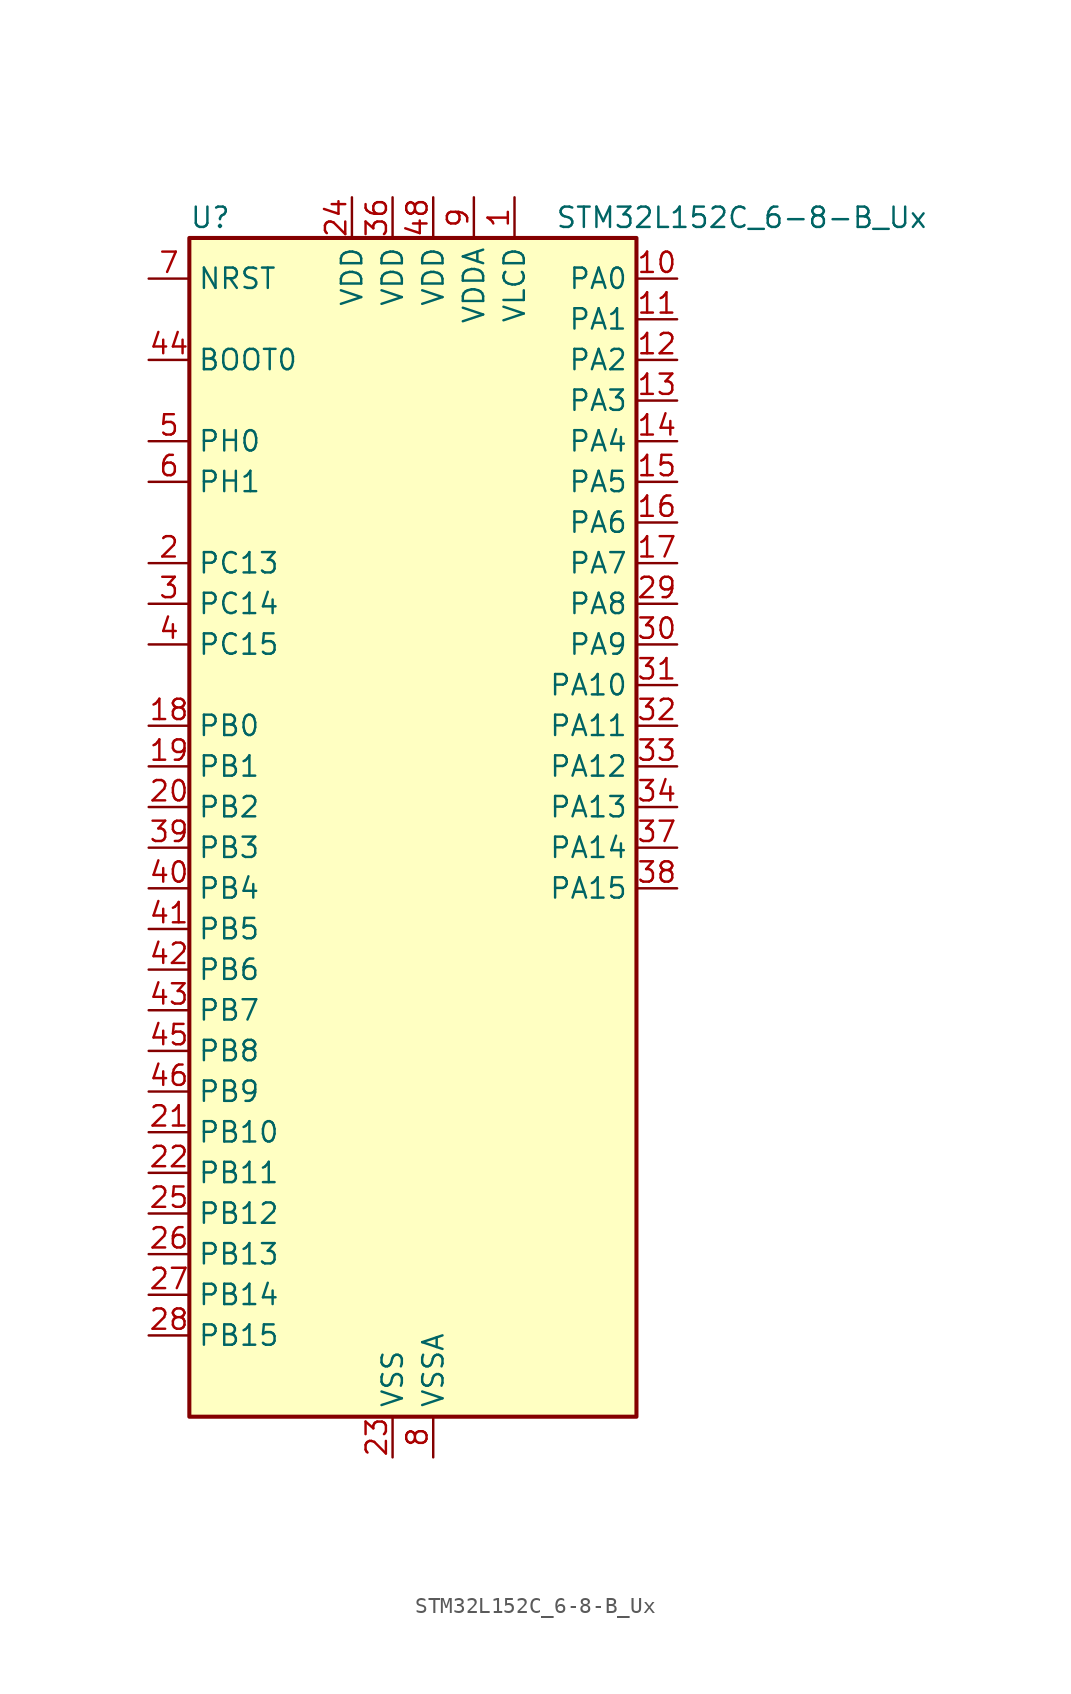
<source format=kicad_sym>
(kicad_symbol_lib
  (version 20231120)
  (generator "kicad_symbol_editor")
  (generator_version "8.0")
  (symbol "STM32L152C_6-8-B_Ux"
    (property "Reference" "U"
      (at -12.7 39.37 0)
      (effects (font (size 1.27 1.27)) (justify left)))
    (property "Value" "STM32L152C_6-8-B_Ux"
      (at 10.16 39.37 0)
      (effects (font (size 1.27 1.27)) (justify left)))
    (property "ki_locked" ""
      (at 0 0 0)
      (effects (font (size 1.27 1.27))))
    (symbol "STM32L152C_6-8-B_Ux_0_1"
      (rectangle (start -12.7 -35.56) (end 15.24 38.1) (stroke (width 0.254) (type default)) (fill (type background))))
    (symbol "STM32L152C_6-8-B_Ux_1_1"
      (pin power_in line (at 7.62 40.64 270) (length 2.54) (name "VLCD" (effects (font (size 1.27 1.27)))) (number "1" (effects (font (size 1.27 1.27)))))
      (pin bidirectional line (at 17.78 35.56 180) (length 2.54) (name "PA0" (effects (font (size 1.27 1.27)))) (number "10" (effects (font (size 1.27 1.27)))) (alternate "ADC_IN0" bidirectional line) (alternate "COMP1_INP" bidirectional line) (alternate "SYS_WKUP1" bidirectional line) (alternate "TIM2_CH1" bidirectional line) (alternate "TIM2_ETR" bidirectional line) (alternate "TIMX_IC1" bidirectional line) (alternate "TS_G1_IO1" bidirectional line) (alternate "USART2_CTS" bidirectional line))
      (pin bidirectional line (at 17.78 33.02 180) (length 2.54) (name "PA1" (effects (font (size 1.27 1.27)))) (number "11" (effects (font (size 1.27 1.27)))) (alternate "ADC_IN1" bidirectional line) (alternate "COMP1_INP" bidirectional line) (alternate "LCD_SEG0" bidirectional line) (alternate "TIM2_CH2" bidirectional line) (alternate "TIMX_IC2" bidirectional line) (alternate "TS_G1_IO2" bidirectional line) (alternate "USART2_RTS" bidirectional line))
      (pin bidirectional line (at 17.78 30.48 180) (length 2.54) (name "PA2" (effects (font (size 1.27 1.27)))) (number "12" (effects (font (size 1.27 1.27)))) (alternate "ADC_IN2" bidirectional line) (alternate "COMP1_INP" bidirectional line) (alternate "LCD_SEG1" bidirectional line) (alternate "TIM2_CH3" bidirectional line) (alternate "TIM9_CH1" bidirectional line) (alternate "TIMX_IC3" bidirectional line) (alternate "TS_G1_IO3" bidirectional line) (alternate "USART2_TX" bidirectional line))
      (pin bidirectional line (at 17.78 27.94 180) (length 2.54) (name "PA3" (effects (font (size 1.27 1.27)))) (number "13" (effects (font (size 1.27 1.27)))) (alternate "ADC_IN3" bidirectional line) (alternate "COMP1_INP" bidirectional line) (alternate "LCD_SEG2" bidirectional line) (alternate "TIM2_CH4" bidirectional line) (alternate "TIM9_CH2" bidirectional line) (alternate "TIMX_IC4" bidirectional line) (alternate "TS_G1_IO4" bidirectional line) (alternate "USART2_RX" bidirectional line))
      (pin bidirectional line (at 17.78 25.4 180) (length 2.54) (name "PA4" (effects (font (size 1.27 1.27)))) (number "14" (effects (font (size 1.27 1.27)))) (alternate "ADC_IN4" bidirectional line) (alternate "COMP1_INP" bidirectional line) (alternate "DAC_OUT1" bidirectional line) (alternate "SPI1_NSS" bidirectional line) (alternate "TIMX_IC1" bidirectional line) (alternate "USART2_CK" bidirectional line))
      (pin bidirectional line (at 17.78 22.86 180) (length 2.54) (name "PA5" (effects (font (size 1.27 1.27)))) (number "15" (effects (font (size 1.27 1.27)))) (alternate "ADC_IN5" bidirectional line) (alternate "COMP1_INP" bidirectional line) (alternate "DAC_OUT2" bidirectional line) (alternate "SPI1_SCK" bidirectional line) (alternate "TIM2_CH1" bidirectional line) (alternate "TIM2_ETR" bidirectional line) (alternate "TIMX_IC2" bidirectional line))
      (pin bidirectional line (at 17.78 20.32 180) (length 2.54) (name "PA6" (effects (font (size 1.27 1.27)))) (number "16" (effects (font (size 1.27 1.27)))) (alternate "ADC_IN6" bidirectional line) (alternate "COMP1_INP" bidirectional line) (alternate "LCD_SEG3" bidirectional line) (alternate "SPI1_MISO" bidirectional line) (alternate "TIM10_CH1" bidirectional line) (alternate "TIM3_CH1" bidirectional line) (alternate "TIMX_IC3" bidirectional line) (alternate "TS_G2_IO1" bidirectional line))
      (pin bidirectional line (at 17.78 17.78 180) (length 2.54) (name "PA7" (effects (font (size 1.27 1.27)))) (number "17" (effects (font (size 1.27 1.27)))) (alternate "ADC_IN7" bidirectional line) (alternate "COMP1_INP" bidirectional line) (alternate "LCD_SEG4" bidirectional line) (alternate "SPI1_MOSI" bidirectional line) (alternate "TIM11_CH1" bidirectional line) (alternate "TIM3_CH2" bidirectional line) (alternate "TIMX_IC4" bidirectional line) (alternate "TS_G2_IO2" bidirectional line))
      (pin bidirectional line (at -15.24 7.62 0) (length 2.54) (name "PB0" (effects (font (size 1.27 1.27)))) (number "18" (effects (font (size 1.27 1.27)))) (alternate "ADC_IN8" bidirectional line) (alternate "COMP1_INP" bidirectional line) (alternate "LCD_SEG5" bidirectional line) (alternate "SYS_V_REF_OUT" bidirectional line) (alternate "TIM3_CH3" bidirectional line) (alternate "TS_G3_IO1" bidirectional line))
      (pin bidirectional line (at -15.24 5.08 0) (length 2.54) (name "PB1" (effects (font (size 1.27 1.27)))) (number "19" (effects (font (size 1.27 1.27)))) (alternate "ADC_IN9" bidirectional line) (alternate "COMP1_INP" bidirectional line) (alternate "LCD_SEG6" bidirectional line) (alternate "SYS_V_REF_OUT" bidirectional line) (alternate "TIM3_CH4" bidirectional line) (alternate "TS_G3_IO2" bidirectional line))
      (pin bidirectional line (at -15.24 17.78 0) (length 2.54) (name "PC13" (effects (font (size 1.27 1.27)))) (number "2" (effects (font (size 1.27 1.27)))) (alternate "RTC_OUT_ALARM" bidirectional line) (alternate "RTC_OUT_CALIB" bidirectional line) (alternate "RTC_TAMP1" bidirectional line) (alternate "RTC_TS" bidirectional line) (alternate "SYS_WKUP2" bidirectional line) (alternate "TIMX_IC2" bidirectional line))
      (pin bidirectional line (at -15.24 2.54 0) (length 2.54) (name "PB2" (effects (font (size 1.27 1.27)))) (number "20" (effects (font (size 1.27 1.27)))))
      (pin bidirectional line (at -15.24 -17.78 0) (length 2.54) (name "PB10" (effects (font (size 1.27 1.27)))) (number "21" (effects (font (size 1.27 1.27)))) (alternate "I2C2_SCL" bidirectional line) (alternate "LCD_SEG10" bidirectional line) (alternate "TIM2_CH3" bidirectional line) (alternate "USART3_TX" bidirectional line))
      (pin bidirectional line (at -15.24 -20.32 0) (length 2.54) (name "PB11" (effects (font (size 1.27 1.27)))) (number "22" (effects (font (size 1.27 1.27)))) (alternate "ADC_EXTI11" bidirectional line) (alternate "I2C2_SDA" bidirectional line) (alternate "LCD_SEG11" bidirectional line) (alternate "TIM2_CH4" bidirectional line) (alternate "USART3_RX" bidirectional line))
      (pin power_in line (at 0 -38.1 90) (length 2.54) (name "VSS" (effects (font (size 1.27 1.27)))) (number "23" (effects (font (size 1.27 1.27)))))
      (pin power_in line (at -2.54 40.64 270) (length 2.54) (name "VDD" (effects (font (size 1.27 1.27)))) (number "24" (effects (font (size 1.27 1.27)))))
      (pin bidirectional line (at -15.24 -22.86 0) (length 2.54) (name "PB12" (effects (font (size 1.27 1.27)))) (number "25" (effects (font (size 1.27 1.27)))) (alternate "ADC_IN18" bidirectional line) (alternate "COMP1_INP" bidirectional line) (alternate "I2C2_SMBA" bidirectional line) (alternate "LCD_SEG12" bidirectional line) (alternate "SPI2_NSS" bidirectional line) (alternate "TIM10_CH1" bidirectional line) (alternate "TS_G7_IO1" bidirectional line) (alternate "USART3_CK" bidirectional line))
      (pin bidirectional line (at -15.24 -25.4 0) (length 2.54) (name "PB13" (effects (font (size 1.27 1.27)))) (number "26" (effects (font (size 1.27 1.27)))) (alternate "ADC_IN19" bidirectional line) (alternate "COMP1_INP" bidirectional line) (alternate "LCD_SEG13" bidirectional line) (alternate "SPI2_SCK" bidirectional line) (alternate "TIM9_CH1" bidirectional line) (alternate "TS_G7_IO2" bidirectional line) (alternate "USART3_CTS" bidirectional line))
      (pin bidirectional line (at -15.24 -27.94 0) (length 2.54) (name "PB14" (effects (font (size 1.27 1.27)))) (number "27" (effects (font (size 1.27 1.27)))) (alternate "ADC_IN20" bidirectional line) (alternate "COMP1_INP" bidirectional line) (alternate "LCD_SEG14" bidirectional line) (alternate "SPI2_MISO" bidirectional line) (alternate "TIM9_CH2" bidirectional line) (alternate "TS_G7_IO3" bidirectional line) (alternate "USART3_RTS" bidirectional line))
      (pin bidirectional line (at -15.24 -30.48 0) (length 2.54) (name "PB15" (effects (font (size 1.27 1.27)))) (number "28" (effects (font (size 1.27 1.27)))) (alternate "ADC_EXTI15" bidirectional line) (alternate "ADC_IN21" bidirectional line) (alternate "COMP1_INP" bidirectional line) (alternate "LCD_SEG15" bidirectional line) (alternate "RTC_REFIN" bidirectional line) (alternate "SPI2_MOSI" bidirectional line) (alternate "TIM11_CH1" bidirectional line) (alternate "TS_G7_IO4" bidirectional line))
      (pin bidirectional line (at 17.78 15.24 180) (length 2.54) (name "PA8" (effects (font (size 1.27 1.27)))) (number "29" (effects (font (size 1.27 1.27)))) (alternate "LCD_COM0" bidirectional line) (alternate "RCC_MCO" bidirectional line) (alternate "TIMX_IC1" bidirectional line) (alternate "TS_G4_IO1" bidirectional line) (alternate "USART1_CK" bidirectional line))
      (pin bidirectional line (at -15.24 15.24 0) (length 2.54) (name "PC14" (effects (font (size 1.27 1.27)))) (number "3" (effects (font (size 1.27 1.27)))) (alternate "RCC_OSC32_IN" bidirectional line) (alternate "TIMX_IC3" bidirectional line))
      (pin bidirectional line (at 17.78 12.7 180) (length 2.54) (name "PA9" (effects (font (size 1.27 1.27)))) (number "30" (effects (font (size 1.27 1.27)))) (alternate "DAC_EXTI9" bidirectional line) (alternate "LCD_COM1" bidirectional line) (alternate "TIMX_IC2" bidirectional line) (alternate "TS_G4_IO2" bidirectional line) (alternate "USART1_TX" bidirectional line))
      (pin bidirectional line (at 17.78 10.16 180) (length 2.54) (name "PA10" (effects (font (size 1.27 1.27)))) (number "31" (effects (font (size 1.27 1.27)))) (alternate "LCD_COM2" bidirectional line) (alternate "TIMX_IC3" bidirectional line) (alternate "TS_G4_IO3" bidirectional line) (alternate "USART1_RX" bidirectional line))
      (pin bidirectional line (at 17.78 7.62 180) (length 2.54) (name "PA11" (effects (font (size 1.27 1.27)))) (number "32" (effects (font (size 1.27 1.27)))) (alternate "ADC_EXTI11" bidirectional line) (alternate "SPI1_MISO" bidirectional line) (alternate "TIMX_IC4" bidirectional line) (alternate "USART1_CTS" bidirectional line) (alternate "USB_DM" bidirectional line))
      (pin bidirectional line (at 17.78 5.08 180) (length 2.54) (name "PA12" (effects (font (size 1.27 1.27)))) (number "33" (effects (font (size 1.27 1.27)))) (alternate "SPI1_MOSI" bidirectional line) (alternate "TIMX_IC1" bidirectional line) (alternate "USART1_RTS" bidirectional line) (alternate "USB_DP" bidirectional line))
      (pin bidirectional line (at 17.78 2.54 180) (length 2.54) (name "PA13" (effects (font (size 1.27 1.27)))) (number "34" (effects (font (size 1.27 1.27)))) (alternate "SYS_JTMS-SWDIO" bidirectional line) (alternate "TIMX_IC2" bidirectional line) (alternate "TS_G5_IO1" bidirectional line))
      (pin passive line (at 0 -38.1 90) (length 2.54) hide (name "VSS" (effects (font (size 1.27 1.27)))) (number "35" (effects (font (size 1.27 1.27)))))
      (pin power_in line (at 0 40.64 270) (length 2.54) (name "VDD" (effects (font (size 1.27 1.27)))) (number "36" (effects (font (size 1.27 1.27)))))
      (pin bidirectional line (at 17.78 0 180) (length 2.54) (name "PA14" (effects (font (size 1.27 1.27)))) (number "37" (effects (font (size 1.27 1.27)))) (alternate "SYS_JTCK-SWCLK" bidirectional line) (alternate "TIMX_IC3" bidirectional line) (alternate "TS_G5_IO2" bidirectional line))
      (pin bidirectional line (at 17.78 -2.54 180) (length 2.54) (name "PA15" (effects (font (size 1.27 1.27)))) (number "38" (effects (font (size 1.27 1.27)))) (alternate "ADC_EXTI15" bidirectional line) (alternate "LCD_SEG17" bidirectional line) (alternate "SPI1_NSS" bidirectional line) (alternate "SYS_JTDI" bidirectional line) (alternate "TIM2_CH1" bidirectional line) (alternate "TIM2_ETR" bidirectional line) (alternate "TIMX_IC4" bidirectional line) (alternate "TS_G5_IO3" bidirectional line))
      (pin bidirectional line (at -15.24 0 0) (length 2.54) (name "PB3" (effects (font (size 1.27 1.27)))) (number "39" (effects (font (size 1.27 1.27)))) (alternate "COMP2_INM" bidirectional line) (alternate "LCD_SEG7" bidirectional line) (alternate "SPI1_SCK" bidirectional line) (alternate "SYS_JTDO-TRACESWO" bidirectional line) (alternate "TIM2_CH2" bidirectional line))
      (pin bidirectional line (at -15.24 12.7 0) (length 2.54) (name "PC15" (effects (font (size 1.27 1.27)))) (number "4" (effects (font (size 1.27 1.27)))) (alternate "ADC_EXTI15" bidirectional line) (alternate "RCC_OSC32_OUT" bidirectional line) (alternate "TIMX_IC4" bidirectional line))
      (pin bidirectional line (at -15.24 -2.54 0) (length 2.54) (name "PB4" (effects (font (size 1.27 1.27)))) (number "40" (effects (font (size 1.27 1.27)))) (alternate "COMP2_INP" bidirectional line) (alternate "LCD_SEG8" bidirectional line) (alternate "SPI1_MISO" bidirectional line) (alternate "SYS_JTRST" bidirectional line) (alternate "TIM3_CH1" bidirectional line) (alternate "TS_G6_IO1" bidirectional line))
      (pin bidirectional line (at -15.24 -5.08 0) (length 2.54) (name "PB5" (effects (font (size 1.27 1.27)))) (number "41" (effects (font (size 1.27 1.27)))) (alternate "COMP2_INP" bidirectional line) (alternate "I2C1_SMBA" bidirectional line) (alternate "LCD_SEG9" bidirectional line) (alternate "SPI1_MOSI" bidirectional line) (alternate "TIM3_CH2" bidirectional line) (alternate "TS_G6_IO2" bidirectional line))
      (pin bidirectional line (at -15.24 -7.62 0) (length 2.54) (name "PB6" (effects (font (size 1.27 1.27)))) (number "42" (effects (font (size 1.27 1.27)))) (alternate "I2C1_SCL" bidirectional line) (alternate "TIM4_CH1" bidirectional line) (alternate "USART1_TX" bidirectional line))
      (pin bidirectional line (at -15.24 -10.16 0) (length 2.54) (name "PB7" (effects (font (size 1.27 1.27)))) (number "43" (effects (font (size 1.27 1.27)))) (alternate "I2C1_SDA" bidirectional line) (alternate "SYS_PVD_IN" bidirectional line) (alternate "TIM4_CH2" bidirectional line) (alternate "USART1_RX" bidirectional line))
      (pin input line (at -15.24 30.48 0) (length 2.54) (name "BOOT0" (effects (font (size 1.27 1.27)))) (number "44" (effects (font (size 1.27 1.27)))))
      (pin bidirectional line (at -15.24 -12.7 0) (length 2.54) (name "PB8" (effects (font (size 1.27 1.27)))) (number "45" (effects (font (size 1.27 1.27)))) (alternate "I2C1_SCL" bidirectional line) (alternate "LCD_SEG16" bidirectional line) (alternate "TIM10_CH1" bidirectional line) (alternate "TIM4_CH3" bidirectional line))
      (pin bidirectional line (at -15.24 -15.24 0) (length 2.54) (name "PB9" (effects (font (size 1.27 1.27)))) (number "46" (effects (font (size 1.27 1.27)))) (alternate "DAC_EXTI9" bidirectional line) (alternate "I2C1_SDA" bidirectional line) (alternate "LCD_COM3" bidirectional line) (alternate "TIM11_CH1" bidirectional line) (alternate "TIM4_CH4" bidirectional line))
      (pin passive line (at 0 -38.1 90) (length 2.54) hide (name "VSS" (effects (font (size 1.27 1.27)))) (number "47" (effects (font (size 1.27 1.27)))))
      (pin power_in line (at 2.54 40.64 270) (length 2.54) (name "VDD" (effects (font (size 1.27 1.27)))) (number "48" (effects (font (size 1.27 1.27)))))
      (pin passive line (at 0 -38.1 90) (length 2.54) hide (name "VSS" (effects (font (size 1.27 1.27)))) (number "49" (effects (font (size 1.27 1.27)))))
      (pin bidirectional line (at -15.24 25.4 0) (length 2.54) (name "PH0" (effects (font (size 1.27 1.27)))) (number "5" (effects (font (size 1.27 1.27)))) (alternate "RCC_OSC_IN" bidirectional line))
      (pin bidirectional line (at -15.24 22.86 0) (length 2.54) (name "PH1" (effects (font (size 1.27 1.27)))) (number "6" (effects (font (size 1.27 1.27)))) (alternate "RCC_OSC_OUT" bidirectional line))
      (pin input line (at -15.24 35.56 0) (length 2.54) (name "NRST" (effects (font (size 1.27 1.27)))) (number "7" (effects (font (size 1.27 1.27)))))
      (pin power_in line (at 2.54 -38.1 90) (length 2.54) (name "VSSA" (effects (font (size 1.27 1.27)))) (number "8" (effects (font (size 1.27 1.27)))))
      (pin power_in line (at 5.08 40.64 270) (length 2.54) (name "VDDA" (effects (font (size 1.27 1.27)))) (number "9" (effects (font (size 1.27 1.27))))))))
</source>
